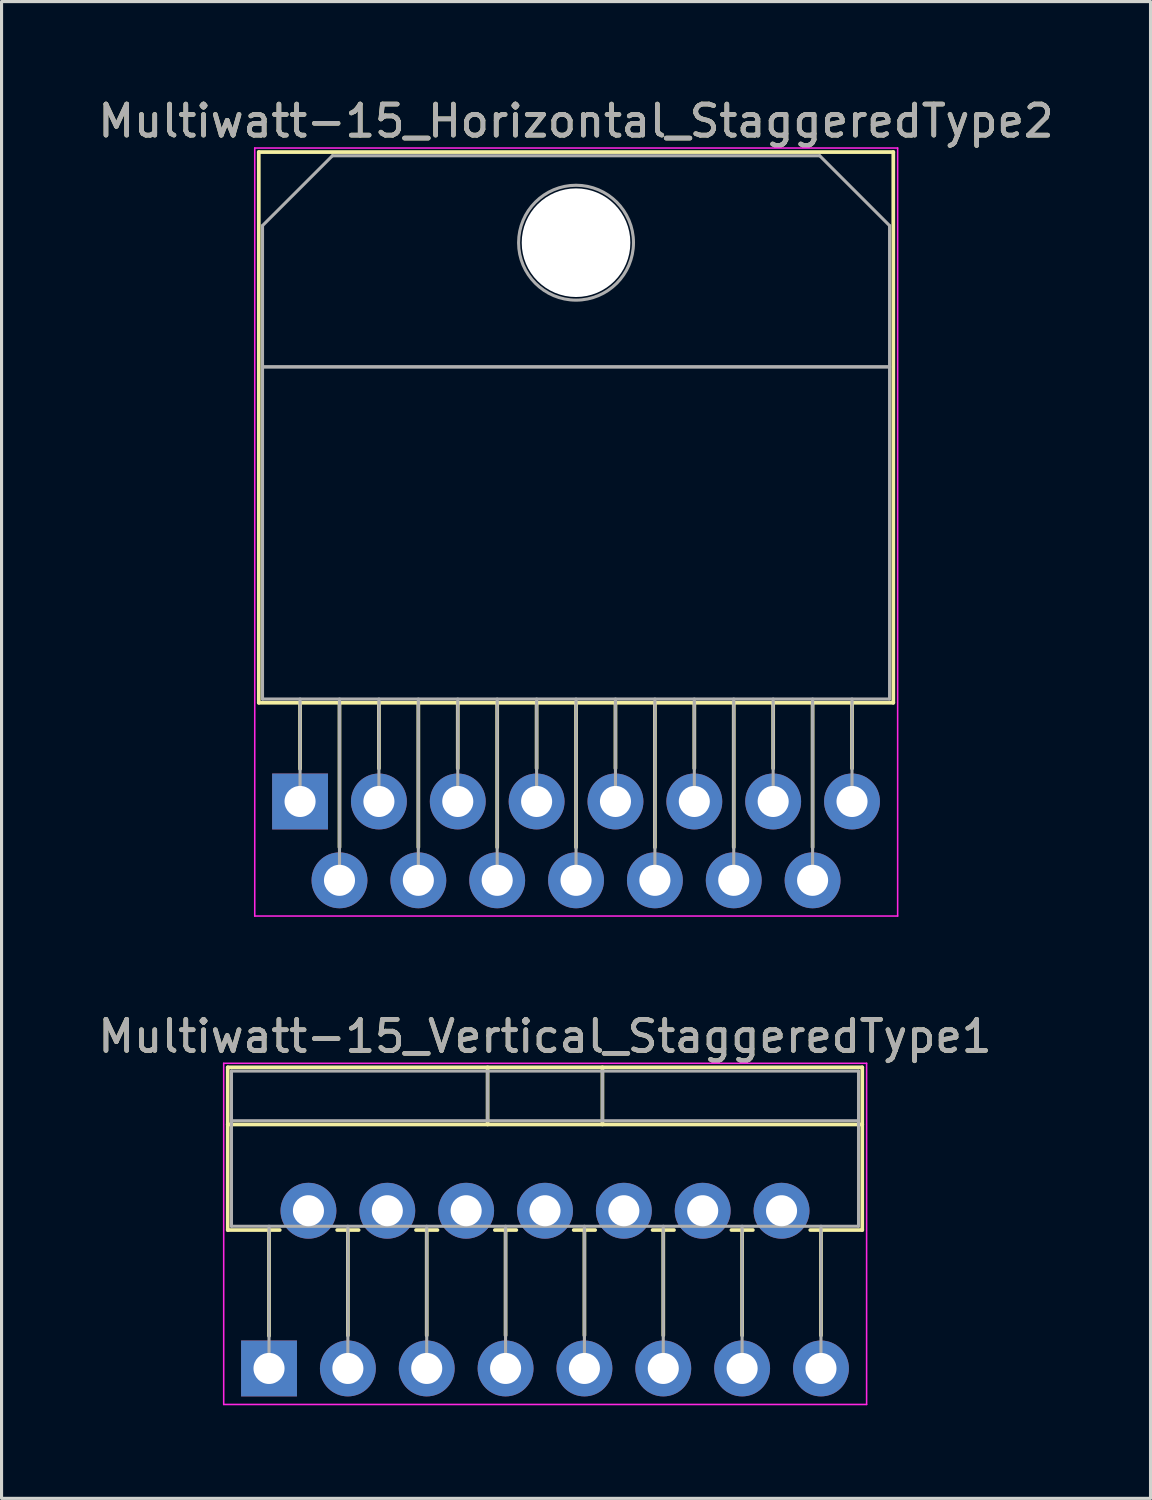
<source format=kicad_pcb>
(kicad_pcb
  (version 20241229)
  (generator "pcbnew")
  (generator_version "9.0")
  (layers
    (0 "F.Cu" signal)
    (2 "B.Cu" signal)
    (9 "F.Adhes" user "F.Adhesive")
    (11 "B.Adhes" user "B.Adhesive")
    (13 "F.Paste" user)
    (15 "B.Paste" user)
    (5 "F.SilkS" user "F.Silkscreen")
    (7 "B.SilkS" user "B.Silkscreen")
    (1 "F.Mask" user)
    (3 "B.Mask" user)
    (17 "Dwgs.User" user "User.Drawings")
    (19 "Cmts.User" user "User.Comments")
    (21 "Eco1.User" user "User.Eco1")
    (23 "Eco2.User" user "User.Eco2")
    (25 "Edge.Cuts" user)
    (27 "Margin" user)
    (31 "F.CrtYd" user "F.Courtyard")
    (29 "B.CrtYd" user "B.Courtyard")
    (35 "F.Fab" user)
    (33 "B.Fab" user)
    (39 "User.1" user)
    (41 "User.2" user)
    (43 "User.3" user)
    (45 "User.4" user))
  (footprint "Multiwatt-15_Vertical_StaggeredType1"
    (layer "F.Cu")
    (at 5.616 41.032)
    (property "Reference" "Multiwatt-15_Vertical_StaggeredType1" (at 8.89 -10.7 0) (layer "F.SilkS") (effects (font (size 1 1) (thickness 0.15))))
    (attr through_hole)
    (fp_line (start -1.33 -9.7) (end -1.33 -4.459) (stroke (width 0.12) (type solid)) (layer "F.SilkS"))
    (fp_line (start -1.33 -9.7) (end 19.11 -9.7) (stroke (width 0.12) (type solid)) (layer "F.SilkS"))
    (fp_line (start -1.33 -7.86) (end 19.11 -7.86) (stroke (width 0.12) (type solid)) (layer "F.SilkS"))
    (fp_line (start -1.33 -4.459) (end 0.346 -4.459) (stroke (width 0.12) (type solid)) (layer "F.SilkS"))
    (fp_line (start 0 -4.459) (end 0 -1.05) (stroke (width 0.12) (type solid)) (layer "F.SilkS"))
    (fp_line (start 2.195 -4.459) (end 2.886 -4.459) (stroke (width 0.12) (type solid)) (layer "F.SilkS"))
    (fp_line (start 2.54 -4.459) (end 2.54 -1.065) (stroke (width 0.12) (type solid)) (layer "F.SilkS"))
    (fp_line (start 4.735 -4.459) (end 5.426 -4.459) (stroke (width 0.12) (type solid)) (layer "F.SilkS"))
    (fp_line (start 5.08 -4.459) (end 5.08 -1.065) (stroke (width 0.12) (type solid)) (layer "F.SilkS"))
    (fp_line (start 7.041 -9.7) (end 7.041 -7.86) (stroke (width 0.12) (type solid)) (layer "F.SilkS"))
    (fp_line (start 7.275 -4.459) (end 7.966 -4.459) (stroke (width 0.12) (type solid)) (layer "F.SilkS"))
    (fp_line (start 7.62 -4.459) (end 7.62 -1.065) (stroke (width 0.12) (type solid)) (layer "F.SilkS"))
    (fp_line (start 9.815 -4.459) (end 10.506 -4.459) (stroke (width 0.12) (type solid)) (layer "F.SilkS"))
    (fp_line (start 10.16 -4.459) (end 10.16 -1.065) (stroke (width 0.12) (type solid)) (layer "F.SilkS"))
    (fp_line (start 10.74 -9.7) (end 10.74 -7.86) (stroke (width 0.12) (type solid)) (layer "F.SilkS"))
    (fp_line (start 12.355 -4.459) (end 13.046 -4.459) (stroke (width 0.12) (type solid)) (layer "F.SilkS"))
    (fp_line (start 12.7 -4.459) (end 12.7 -1.065) (stroke (width 0.12) (type solid)) (layer "F.SilkS"))
    (fp_line (start 14.895 -4.459) (end 15.586 -4.459) (stroke (width 0.12) (type solid)) (layer "F.SilkS"))
    (fp_line (start 15.24 -4.459) (end 15.24 -1.065) (stroke (width 0.12) (type solid)) (layer "F.SilkS"))
    (fp_line (start 17.435 -4.459) (end 19.11 -4.459) (stroke (width 0.12) (type solid)) (layer "F.SilkS"))
    (fp_line (start 17.78 -4.459) (end 17.78 -1.065) (stroke (width 0.12) (type solid)) (layer "F.SilkS"))
    (fp_line (start 19.11 -9.7) (end 19.11 -4.459) (stroke (width 0.12) (type solid)) (layer "F.SilkS"))
    (fp_line (start -1.46 -9.83) (end -1.46 1.16) (stroke (width 0.05) (type solid)) (layer "F.CrtYd"))
    (fp_line (start -1.46 1.16) (end 19.25 1.16) (stroke (width 0.05) (type solid)) (layer "F.CrtYd"))
    (fp_line (start 19.25 -9.83) (end -1.46 -9.83) (stroke (width 0.05) (type solid)) (layer "F.CrtYd"))
    (fp_line (start 19.25 1.16) (end 19.25 -9.83) (stroke (width 0.05) (type solid)) (layer "F.CrtYd"))
    (fp_line (start -1.21 -9.58) (end -1.21 -4.58) (stroke (width 0.1) (type solid)) (layer "F.Fab"))
    (fp_line (start -1.21 -7.98) (end 18.99 -7.98) (stroke (width 0.1) (type solid)) (layer "F.Fab"))
    (fp_line (start -1.21 -4.58) (end 18.99 -4.58) (stroke (width 0.1) (type solid)) (layer "F.Fab"))
    (fp_line (start 0 -4.58) (end 0 0) (stroke (width 0.1) (type solid)) (layer "F.Fab"))
    (fp_line (start 2.54 -4.58) (end 2.54 0) (stroke (width 0.1) (type solid)) (layer "F.Fab"))
    (fp_line (start 5.08 -4.58) (end 5.08 0) (stroke (width 0.1) (type solid)) (layer "F.Fab"))
    (fp_line (start 7.04 -9.58) (end 7.04 -7.98) (stroke (width 0.1) (type solid)) (layer "F.Fab"))
    (fp_line (start 7.62 -4.58) (end 7.62 0) (stroke (width 0.1) (type solid)) (layer "F.Fab"))
    (fp_line (start 10.16 -4.58) (end 10.16 0) (stroke (width 0.1) (type solid)) (layer "F.Fab"))
    (fp_line (start 10.74 -9.58) (end 10.74 -7.98) (stroke (width 0.1) (type solid)) (layer "F.Fab"))
    (fp_line (start 12.7 -4.58) (end 12.7 0) (stroke (width 0.1) (type solid)) (layer "F.Fab"))
    (fp_line (start 15.24 -4.58) (end 15.24 0) (stroke (width 0.1) (type solid)) (layer "F.Fab"))
    (fp_line (start 17.78 -4.58) (end 17.78 0) (stroke (width 0.1) (type solid)) (layer "F.Fab"))
    (fp_line (start 18.99 -9.58) (end -1.21 -9.58) (stroke (width 0.1) (type solid)) (layer "F.Fab"))
    (fp_line (start 18.99 -4.58) (end 18.99 -9.58) (stroke (width 0.1) (type solid)) (layer "F.Fab"))
    (fp_text user "${REFERENCE}" (at 8.89 -10.7 0) (layer "F.Fab") (effects (font (size 1 1) (thickness 0.15))))
    (pad "1" thru_hole rect (at 0 0) (size 1.8 1.8) (drill 1) (layers "*.Cu" "*.Mask"))
    (pad "2" thru_hole oval (at 1.27 -5.08) (size 1.8 1.8) (drill 1) (layers "*.Cu" "*.Mask"))
    (pad "3" thru_hole oval (at 2.54 0) (size 1.8 1.8) (drill 1) (layers "*.Cu" "*.Mask"))
    (pad "4" thru_hole oval (at 3.81 -5.08) (size 1.8 1.8) (drill 1) (layers "*.Cu" "*.Mask"))
    (pad "5" thru_hole oval (at 5.08 0) (size 1.8 1.8) (drill 1) (layers "*.Cu" "*.Mask"))
    (pad "6" thru_hole oval (at 6.35 -5.08) (size 1.8 1.8) (drill 1) (layers "*.Cu" "*.Mask"))
    (pad "7" thru_hole oval (at 7.62 0) (size 1.8 1.8) (drill 1) (layers "*.Cu" "*.Mask"))
    (pad "8" thru_hole oval (at 8.89 -5.08) (size 1.8 1.8) (drill 1) (layers "*.Cu" "*.Mask"))
    (pad "9" thru_hole oval (at 10.16 0) (size 1.8 1.8) (drill 1) (layers "*.Cu" "*.Mask"))
    (pad "10" thru_hole oval (at 11.43 -5.08) (size 1.8 1.8) (drill 1) (layers "*.Cu" "*.Mask"))
    (pad "11" thru_hole oval (at 12.7 0) (size 1.8 1.8) (drill 1) (layers "*.Cu" "*.Mask"))
    (pad "12" thru_hole oval (at 13.97 -5.08) (size 1.8 1.8) (drill 1) (layers "*.Cu" "*.Mask"))
    (pad "13" thru_hole oval (at 15.24 0) (size 1.8 1.8) (drill 1) (layers "*.Cu" "*.Mask"))
    (pad "14" thru_hole oval (at 16.51 -5.08) (size 1.8 1.8) (drill 1) (layers "*.Cu" "*.Mask"))
    (pad "15" thru_hole oval (at 17.78 0) (size 1.8 1.8) (drill 1) (layers "*.Cu" "*.Mask")))
  (footprint "Multiwatt-15_Horizontal_StaggeredType2"
    (layer "F.Cu")
    (at 6.616 22.768)
    (property "Reference" "Multiwatt-15_Horizontal_StaggeredType2" (at 8.89 -21.92 0) (layer "F.SilkS") (effects (font (size 1 1) (thickness 0.15))))
    (attr through_hole)
    (fp_line (start -1.33 -20.92) (end -1.33 -3.18) (stroke (width 0.12) (type solid)) (layer "F.SilkS"))
    (fp_line (start -1.33 -20.92) (end 19.11 -20.92) (stroke (width 0.12) (type solid)) (layer "F.SilkS"))
    (fp_line (start -1.33 -3.18) (end 19.11 -3.18) (stroke (width 0.12) (type solid)) (layer "F.SilkS"))
    (fp_line (start 0 -3.18) (end 0 -1.05) (stroke (width 0.12) (type solid)) (layer "F.SilkS"))
    (fp_line (start 1.27 -3.18) (end 1.27 1.475) (stroke (width 0.12) (type solid)) (layer "F.SilkS"))
    (fp_line (start 2.54 -3.18) (end 2.54 -1.066) (stroke (width 0.12) (type solid)) (layer "F.SilkS"))
    (fp_line (start 3.81 -3.18) (end 3.81 1.475) (stroke (width 0.12) (type solid)) (layer "F.SilkS"))
    (fp_line (start 5.08 -3.18) (end 5.08 -1.066) (stroke (width 0.12) (type solid)) (layer "F.SilkS"))
    (fp_line (start 6.35 -3.18) (end 6.35 1.475) (stroke (width 0.12) (type solid)) (layer "F.SilkS"))
    (fp_line (start 7.62 -3.18) (end 7.62 -1.066) (stroke (width 0.12) (type solid)) (layer "F.SilkS"))
    (fp_line (start 8.89 -3.18) (end 8.89 1.475) (stroke (width 0.12) (type solid)) (layer "F.SilkS"))
    (fp_line (start 10.16 -3.18) (end 10.16 -1.066) (stroke (width 0.12) (type solid)) (layer "F.SilkS"))
    (fp_line (start 11.43 -3.18) (end 11.43 1.475) (stroke (width 0.12) (type solid)) (layer "F.SilkS"))
    (fp_line (start 12.7 -3.18) (end 12.7 -1.066) (stroke (width 0.12) (type solid)) (layer "F.SilkS"))
    (fp_line (start 13.97 -3.18) (end 13.97 1.475) (stroke (width 0.12) (type solid)) (layer "F.SilkS"))
    (fp_line (start 15.24 -3.18) (end 15.24 -1.066) (stroke (width 0.12) (type solid)) (layer "F.SilkS"))
    (fp_line (start 16.51 -3.18) (end 16.51 1.475) (stroke (width 0.12) (type solid)) (layer "F.SilkS"))
    (fp_line (start 17.78 -3.18) (end 17.78 -1.066) (stroke (width 0.12) (type solid)) (layer "F.SilkS"))
    (fp_line (start 19.11 -20.92) (end 19.11 -3.18) (stroke (width 0.12) (type solid)) (layer "F.SilkS"))
    (fp_line (start -1.46 -21.05) (end -1.46 3.69) (stroke (width 0.05) (type solid)) (layer "F.CrtYd"))
    (fp_line (start -1.46 3.69) (end 19.25 3.69) (stroke (width 0.05) (type solid)) (layer "F.CrtYd"))
    (fp_line (start 19.25 -21.05) (end -1.46 -21.05) (stroke (width 0.05) (type solid)) (layer "F.CrtYd"))
    (fp_line (start 19.25 3.69) (end 19.25 -21.05) (stroke (width 0.05) (type solid)) (layer "F.CrtYd"))
    (fp_line (start -1.21 -18.55) (end 1.041 -20.8) (stroke (width 0.1) (type solid)) (layer "F.Fab"))
    (fp_line (start -1.21 -14) (end -1.21 -18.55) (stroke (width 0.1) (type solid)) (layer "F.Fab"))
    (fp_line (start -1.21 -14) (end 18.99 -14) (stroke (width 0.1) (type solid)) (layer "F.Fab"))
    (fp_line (start -1.21 -3.3) (end -1.21 -14) (stroke (width 0.1) (type solid)) (layer "F.Fab"))
    (fp_line (start 0 -3.3) (end 0 0) (stroke (width 0.1) (type solid)) (layer "F.Fab"))
    (fp_line (start 1.041 -20.8) (end 16.74 -20.8) (stroke (width 0.1) (type solid)) (layer "F.Fab"))
    (fp_line (start 1.27 -3.3) (end 1.27 2.54) (stroke (width 0.1) (type solid)) (layer "F.Fab"))
    (fp_line (start 2.54 -3.3) (end 2.54 0) (stroke (width 0.1) (type solid)) (layer "F.Fab"))
    (fp_line (start 3.81 -3.3) (end 3.81 2.54) (stroke (width 0.1) (type solid)) (layer "F.Fab"))
    (fp_line (start 5.08 -3.3) (end 5.08 0) (stroke (width 0.1) (type solid)) (layer "F.Fab"))
    (fp_line (start 6.35 -3.3) (end 6.35 2.54) (stroke (width 0.1) (type solid)) (layer "F.Fab"))
    (fp_line (start 7.62 -3.3) (end 7.62 0) (stroke (width 0.1) (type solid)) (layer "F.Fab"))
    (fp_line (start 8.89 -3.3) (end 8.89 2.54) (stroke (width 0.1) (type solid)) (layer "F.Fab"))
    (fp_line (start 10.16 -3.3) (end 10.16 0) (stroke (width 0.1) (type solid)) (layer "F.Fab"))
    (fp_line (start 11.43 -3.3) (end 11.43 2.54) (stroke (width 0.1) (type solid)) (layer "F.Fab"))
    (fp_line (start 12.7 -3.3) (end 12.7 0) (stroke (width 0.1) (type solid)) (layer "F.Fab"))
    (fp_line (start 13.97 -3.3) (end 13.97 2.54) (stroke (width 0.1) (type solid)) (layer "F.Fab"))
    (fp_line (start 15.24 -3.3) (end 15.24 0) (stroke (width 0.1) (type solid)) (layer "F.Fab"))
    (fp_line (start 16.51 -3.3) (end 16.51 2.54) (stroke (width 0.1) (type solid)) (layer "F.Fab"))
    (fp_line (start 16.74 -20.8) (end 18.99 -18.55) (stroke (width 0.1) (type solid)) (layer "F.Fab"))
    (fp_line (start 17.78 -3.3) (end 17.78 0) (stroke (width 0.1) (type solid)) (layer "F.Fab"))
    (fp_line (start 18.99 -18.55) (end 18.99 -14) (stroke (width 0.1) (type solid)) (layer "F.Fab"))
    (fp_line (start 18.99 -14) (end -1.21 -14) (stroke (width 0.1) (type solid)) (layer "F.Fab"))
    (fp_line (start 18.99 -14) (end 18.99 -3.3) (stroke (width 0.1) (type solid)) (layer "F.Fab"))
    (fp_line (start 18.99 -3.3) (end -1.21 -3.3) (stroke (width 0.1) (type solid)) (layer "F.Fab"))
    (fp_circle (center 8.89 -18) (end 10.74 -18) (stroke (width 0.1) (type solid)) (fill no) (layer "F.Fab"))
    (fp_text user "${REFERENCE}" (at 8.89 -21.92 0) (layer "F.Fab") (effects (font (size 1 1) (thickness 0.15))))
    (pad "" np_thru_hole oval (at 8.89 -18) (size 3.5 3.5) (drill 3.5) (layers "*.Cu" "*.Mask"))
    (pad "1" thru_hole rect (at 0 0) (size 1.8 1.8) (drill 1) (layers "*.Cu" "*.Mask"))
    (pad "2" thru_hole oval (at 1.27 2.54) (size 1.8 1.8) (drill 1) (layers "*.Cu" "*.Mask"))
    (pad "3" thru_hole oval (at 2.54 0) (size 1.8 1.8) (drill 1) (layers "*.Cu" "*.Mask"))
    (pad "4" thru_hole oval (at 3.81 2.54) (size 1.8 1.8) (drill 1) (layers "*.Cu" "*.Mask"))
    (pad "5" thru_hole oval (at 5.08 0) (size 1.8 1.8) (drill 1) (layers "*.Cu" "*.Mask"))
    (pad "6" thru_hole oval (at 6.35 2.54) (size 1.8 1.8) (drill 1) (layers "*.Cu" "*.Mask"))
    (pad "7" thru_hole oval (at 7.62 0) (size 1.8 1.8) (drill 1) (layers "*.Cu" "*.Mask"))
    (pad "8" thru_hole oval (at 8.89 2.54) (size 1.8 1.8) (drill 1) (layers "*.Cu" "*.Mask"))
    (pad "9" thru_hole oval (at 10.16 0) (size 1.8 1.8) (drill 1) (layers "*.Cu" "*.Mask"))
    (pad "10" thru_hole oval (at 11.43 2.54) (size 1.8 1.8) (drill 1) (layers "*.Cu" "*.Mask"))
    (pad "11" thru_hole oval (at 12.7 0) (size 1.8 1.8) (drill 1) (layers "*.Cu" "*.Mask"))
    (pad "12" thru_hole oval (at 13.97 2.54) (size 1.8 1.8) (drill 1) (layers "*.Cu" "*.Mask"))
    (pad "13" thru_hole oval (at 15.24 0) (size 1.8 1.8) (drill 1) (layers "*.Cu" "*.Mask"))
    (pad "14" thru_hole oval (at 16.51 2.54) (size 1.8 1.8) (drill 1) (layers "*.Cu" "*.Mask"))
    (pad "15" thru_hole oval (at 17.78 0) (size 1.8 1.8) (drill 1) (layers "*.Cu" "*.Mask")))
  (gr_rect
    (start -3 -3)
    (end 34.012 45.217)
    (stroke (width 0.1) (type default))
    (fill no)
    (layer "Edge.Cuts")))
</source>
